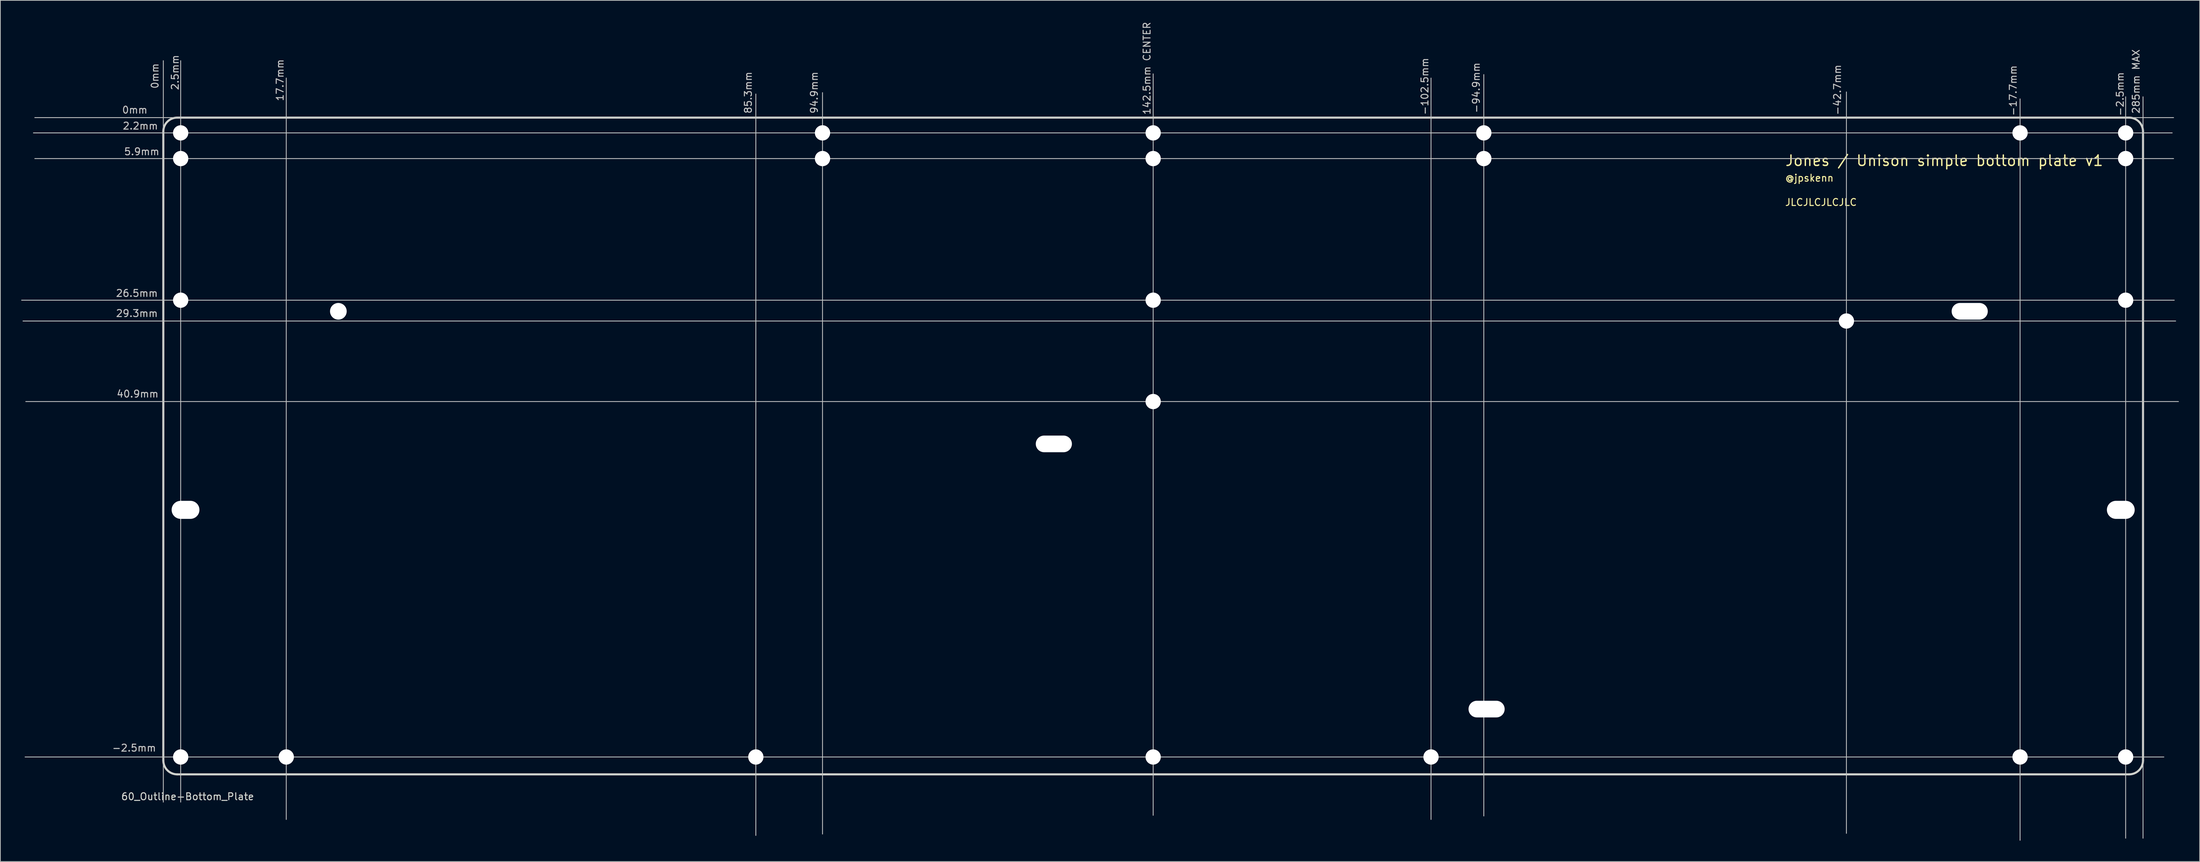
<source format=kicad_pcb>
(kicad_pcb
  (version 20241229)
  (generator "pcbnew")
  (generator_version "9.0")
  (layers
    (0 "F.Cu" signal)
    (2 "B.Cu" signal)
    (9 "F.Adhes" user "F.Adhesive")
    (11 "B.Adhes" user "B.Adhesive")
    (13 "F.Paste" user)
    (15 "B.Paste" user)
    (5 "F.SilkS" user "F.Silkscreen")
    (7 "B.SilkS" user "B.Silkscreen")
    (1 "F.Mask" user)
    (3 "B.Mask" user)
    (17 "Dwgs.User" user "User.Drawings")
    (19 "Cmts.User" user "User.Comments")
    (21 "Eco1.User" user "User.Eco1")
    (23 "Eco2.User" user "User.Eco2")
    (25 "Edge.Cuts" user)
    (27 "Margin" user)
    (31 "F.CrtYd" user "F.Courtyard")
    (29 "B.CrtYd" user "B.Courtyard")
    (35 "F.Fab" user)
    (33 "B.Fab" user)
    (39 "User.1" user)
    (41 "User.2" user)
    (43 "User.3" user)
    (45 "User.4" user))
  (footprint "60_Outline-Bottom_Plate"
    (layer "F.Cu")
    (at 162.96 61.192)
    (property "Reference" "60_Outline-Bottom_Plate" (at -139 50.5 0) (layer "Edge.Cuts") (effects (font (size 1 1) (thickness 0.15))))
    (attr through_hole)
    (fp_line (start -162.9 -21) (end 147 -21) (stroke (width 0.12) (type solid)) (layer "Dwgs.User"))
    (fp_line (start -162.7 -18) (end 147.2 -18) (stroke (width 0.12) (type solid)) (layer "Dwgs.User"))
    (fp_line (start -162.4 44.8) (end 145.5 44.8) (stroke (width 0.12) (type solid)) (layer "Dwgs.User"))
    (fp_line (start -162.3 -6.4) (end 147.6 -6.4) (stroke (width 0.12) (type solid)) (layer "Dwgs.User"))
    (fp_line (start -161.2 -45.1) (end 146.7 -45.1) (stroke (width 0.12) (type solid)) (layer "Dwgs.User"))
    (fp_line (start -161 -47.3) (end 146.9 -47.3) (stroke (width 0.12) (type solid)) (layer "Dwgs.User"))
    (fp_line (start -161 -41.4) (end 146.9 -41.4) (stroke (width 0.12) (type solid)) (layer "Dwgs.User"))
    (fp_line (start -142.5 -55.5) (end -142.5 51.3) (stroke (width 0.12) (type solid)) (layer "Dwgs.User"))
    (fp_line (start -140 -55.5) (end -140 51.3) (stroke (width 0.12) (type solid)) (layer "Dwgs.User"))
    (fp_line (start -124.8 -53) (end -124.8 53.8) (stroke (width 0.12) (type solid)) (layer "Dwgs.User"))
    (fp_line (start -57.2 -50.7) (end -57.2 56.1) (stroke (width 0.12) (type solid)) (layer "Dwgs.User"))
    (fp_line (start -47.6 -50.9) (end -47.6 55.9) (stroke (width 0.12) (type solid)) (layer "Dwgs.User"))
    (fp_line (start 0 -53.6) (end 0 53.2) (stroke (width 0.12) (type solid)) (layer "Dwgs.User"))
    (fp_line (start 40 -53) (end 40 53.8) (stroke (width 0.12) (type solid)) (layer "Dwgs.User"))
    (fp_line (start 47.6 -53.5) (end 47.6 53.3) (stroke (width 0.12) (type solid)) (layer "Dwgs.User"))
    (fp_line (start 99.8 -51) (end 99.8 55.8) (stroke (width 0.12) (type solid)) (layer "Dwgs.User"))
    (fp_line (start 124.8 -50) (end 124.8 56.8) (stroke (width 0.12) (type solid)) (layer "Dwgs.User"))
    (fp_line (start 140 -50.3) (end 140 56.5) (stroke (width 0.12) (type solid)) (layer "Dwgs.User"))
    (fp_line (start 142.5 -50.3) (end 142.5 56.5) (stroke (width 0.12) (type solid)) (layer "Dwgs.User"))
    (fp_line (start -142.1 10.6) (end -138.7 10.6) (stroke (width 0.3) (type solid)) (layer "Eco1.User"))
    (fp_line (start -138.7 7.8) (end -142.1 7.8) (stroke (width 0.3) (type solid)) (layer "Eco1.User"))
    (fp_line (start 138.7 7.8) (end 142.1 7.8) (stroke (width 0.3) (type solid)) (layer "Eco1.User"))
    (fp_line (start 138.7 10.6) (end 142.1 10.6) (stroke (width 0.3) (type solid)) (layer "Eco1.User"))
    (fp_arc (start -142.5 11) (mid -142.382843 10.717157) (end -142.1 10.6) (stroke (width 0.3) (type solid)) (layer "Eco1.User"))
    (fp_arc (start -142.1 7.8) (mid -142.382843 7.682843) (end -142.5 7.4) (stroke (width 0.3) (type solid)) (layer "Eco1.User"))
    (fp_arc (start -138.7 7.8) (mid -137.710051 8.210051) (end -137.3 9.2) (stroke (width 0.3) (type solid)) (layer "Eco1.User"))
    (fp_arc (start -137.3 9.2) (mid -137.710051 10.189949) (end -138.7 10.6) (stroke (width 0.3) (type solid)) (layer "Eco1.User"))
    (fp_arc (start 137.3 9.2) (mid 137.710051 8.210051) (end 138.7 7.8) (stroke (width 0.3) (type solid)) (layer "Eco1.User"))
    (fp_arc (start 138.7 10.6) (mid 137.710051 10.189949) (end 137.3 9.2) (stroke (width 0.3) (type solid)) (layer "Eco1.User"))
    (fp_arc (start 142.1 10.6) (mid 142.382843 10.717157) (end 142.5 11) (stroke (width 0.3) (type solid)) (layer "Eco1.User"))
    (fp_arc (start 142.5 7.4) (mid 142.382843 7.682843) (end 142.1 7.8) (stroke (width 0.3) (type solid)) (layer "Eco1.User"))
    (fp_line (start -142.5 45.3) (end -142.5 -45.3) (stroke (width 0.3) (type solid)) (layer "Edge.Cuts"))
    (fp_line (start 140.5 -47.3) (end -140.5 -47.3) (stroke (width 0.3) (type solid)) (layer "Edge.Cuts"))
    (fp_line (start 140.5 47.3) (end -140.5 47.3) (stroke (width 0.3) (type solid)) (layer "Edge.Cuts"))
    (fp_line (start 142.5 45.3) (end 142.5 -45.3) (stroke (width 0.3) (type solid)) (layer "Edge.Cuts"))
    (fp_arc (start -142.5 -45.3) (mid -141.914214 -46.714214) (end -140.5 -47.3) (stroke (width 0.3) (type solid)) (layer "Edge.Cuts"))
    (fp_arc (start -140.5 47.3) (mid -141.914214 46.714214) (end -142.5 45.3) (stroke (width 0.3) (type solid)) (layer "Edge.Cuts"))
    (fp_arc (start 140.5 -47.3) (mid 141.914214 -46.714214) (end 142.5 -45.3) (stroke (width 0.3) (type solid)) (layer "Edge.Cuts"))
    (fp_arc (start 142.5 45.3) (mid 141.914214 46.714214) (end 140.5 47.3) (stroke (width 0.3) (type solid)) (layer "Edge.Cuts"))
    (fp_text user "@jpskenn" (at 90.9 -38.6 0) (layer "F.SilkS") (effects (font (size 1 1) (thickness 0.15)) (justify left)))
    (fp_text user "Jones / Unison simple bottom plate v1" (at 90.9 -41.1 0) (layer "F.SilkS") (effects (font (size 1.5 1.5) (thickness 0.2)) (justify left)))
    (fp_text user "JLCJLCJLCJLC" (at 90.9 -35.1 0) (layer "F.SilkS") (effects (font (size 1 1) (thickness 0.15)) (justify left)))
    (fp_text user "-42.7mm" (at 98.5 -51.3 90) (layer "Dwgs.User") (effects (font (size 1 1) (thickness 0.15))))
    (fp_text user "2.5mm" (at -140.8 -53.8 90) (layer "Dwgs.User") (effects (font (size 1 1) (thickness 0.15))))
    (fp_text user "-94.9mm" (at 46.5 -51.6 90) (layer "Dwgs.User") (effects (font (size 1 1) (thickness 0.15))))
    (fp_text user "0mm" (at -143.7 -53.3 90) (layer "Dwgs.User") (effects (font (size 1 1) (thickness 0.15))))
    (fp_text user "-17.7mm" (at 123.8 -51.2 90) (layer "Dwgs.User") (effects (font (size 1 1) (thickness 0.15))))
    (fp_text user "29.3mm" (at -146.3 -19.1 0) (layer "Dwgs.User") (effects (font (size 1 1) (thickness 0.15))))
    (fp_text user "-2.5mm" (at 139.2 -50.7 90) (layer "Dwgs.User") (effects (font (size 1 1) (thickness 0.15))))
    (fp_text user "2.2mm" (at -145.8 -46.1 0) (layer "Dwgs.User") (effects (font (size 1 1) (thickness 0.15))))
    (fp_text user "-102.5mm" (at 39.1 -51.8 90) (layer "Dwgs.User") (effects (font (size 1 1) (thickness 0.15))))
    (fp_text user "40.9mm" (at -146.2 -7.5 0) (layer "Dwgs.User") (effects (font (size 1 1) (thickness 0.15))))
    (fp_text user "17.7mm" (at -125.7 -52.7 90) (layer "Dwgs.User") (effects (font (size 1 1) (thickness 0.15))))
    (fp_text user "-2.5mm" (at -146.7 43.5 0) (layer "Dwgs.User") (effects (font (size 1 1) (thickness 0.15))))
    (fp_text user "285mm MAX" (at 141.5 -52.5 90) (layer "Dwgs.User") (effects (font (size 1 1) (thickness 0.15))))
    (fp_text user "0mm" (at -146.6 -48.4 0) (layer "Dwgs.User") (effects (font (size 1 1) (thickness 0.15))))
    (fp_text user "94.9mm" (at -48.8 -50.9 90) (layer "Dwgs.User") (effects (font (size 1 1) (thickness 0.15))))
    (fp_text user "5.9mm" (at -145.6 -42.4 0) (layer "Dwgs.User") (effects (font (size 1 1) (thickness 0.15))))
    (fp_text user "26.5mm" (at -146.3 -22 0) (layer "Dwgs.User") (effects (font (size 1 1) (thickness 0.15))))
    (fp_text user "85.3mm" (at -58.3 -50.9 90) (layer "Dwgs.User") (effects (font (size 1 1) (thickness 0.15))))
    (fp_text user "142.5mm CENTER" (at -0.9 -54.4 90) (layer "Dwgs.User") (effects (font (size 1 1) (thickness 0.15))))
    (pad "" np_thru_hole circle (at -140 -45.1) (size 2.2 2.2) (drill 2.2) (layers "*.Cu" "*.Mask"))
    (pad "" np_thru_hole circle (at -140 -41.4) (size 2.2 2.2) (drill 2.2) (layers "*.Cu" "*.Mask"))
    (pad "" np_thru_hole circle (at -140 -21) (size 2.2 2.2) (drill 2.2) (layers "*.Cu" "*.Mask"))
    (pad "" np_thru_hole circle (at -140 44.8) (size 2.2 2.2) (drill 2.2) (layers "*.Cu" "*.Mask"))
    (pad "" np_thru_hole oval (at -139.3 9.2) (size 4 2.6) (drill oval 4 2.6) (layers "*.Cu" "*.Mask"))
    (pad "" np_thru_hole circle (at -124.8 44.8) (size 2.2 2.2) (drill 2.2) (layers "*.Cu" "*.Mask"))
    (pad "" np_thru_hole circle (at -117.3 -19.4) (size 2.4 2.4) (drill 2.4) (layers "*.Cu" "*.Mask"))
    (pad "" np_thru_hole circle (at -57.2 44.8) (size 2.2 2.2) (drill 2.2) (layers "*.Cu" "*.Mask"))
    (pad "" np_thru_hole circle (at -47.6 -45.1) (size 2.2 2.2) (drill 2.2) (layers "*.Cu" "*.Mask"))
    (pad "" np_thru_hole circle (at -47.6 -41.4) (size 2.2 2.2) (drill 2.2) (layers "*.Cu" "*.Mask"))
    (pad "" np_thru_hole oval (at -14.3 -0.3) (size 5.2 2.4) (drill oval 5.2 2.4) (layers "*.Cu" "*.Mask"))
    (pad "" np_thru_hole circle (at 0 -45.1) (size 2.2 2.2) (drill 2.2) (layers "*.Cu" "*.Mask"))
    (pad "" np_thru_hole circle (at 0 -41.4) (size 2.2 2.2) (drill 2.2) (layers "*.Cu" "*.Mask"))
    (pad "" np_thru_hole circle (at 0 -21) (size 2.2 2.2) (drill 2.2) (layers "*.Cu" "*.Mask"))
    (pad "" np_thru_hole circle (at 0 -6.4) (size 2.2 2.2) (drill 2.2) (layers "*.Cu" "*.Mask"))
    (pad "" np_thru_hole circle (at 0 44.8) (size 2.2 2.2) (drill 2.2) (layers "*.Cu" "*.Mask"))
    (pad "" np_thru_hole circle (at 40 44.8) (size 2.2 2.2) (drill 2.2) (layers "*.Cu" "*.Mask"))
    (pad "" np_thru_hole circle (at 47.6 -45.1) (size 2.2 2.2) (drill 2.2) (layers "*.Cu" "*.Mask"))
    (pad "" np_thru_hole circle (at 47.6 -41.4) (size 2.2 2.2) (drill 2.2) (layers "*.Cu" "*.Mask"))
    (pad "" np_thru_hole oval (at 48 37.9) (size 5.2 2.4) (drill oval 5.2 2.4) (layers "*.Cu" "*.Mask"))
    (pad "" np_thru_hole circle (at 99.8 -18) (size 2.2 2.2) (drill 2.2) (layers "*.Cu" "*.Mask"))
    (pad "" np_thru_hole oval (at 117.55 -19.4) (size 5.2 2.4) (drill oval 5.2 2.4) (layers "*.Cu" "*.Mask"))
    (pad "" np_thru_hole circle (at 124.8 -45.1) (size 2.2 2.2) (drill 2.2) (layers "*.Cu" "*.Mask"))
    (pad "" np_thru_hole circle (at 124.8 44.8) (size 2.2 2.2) (drill 2.2) (layers "*.Cu" "*.Mask"))
    (pad "" np_thru_hole oval (at 139.3 9.2) (size 4 2.6) (drill oval 4 2.6) (layers "*.Cu" "*.Mask"))
    (pad "" np_thru_hole circle (at 140 -45.1) (size 2.2 2.2) (drill 2.2) (layers "*.Cu" "*.Mask"))
    (pad "" np_thru_hole circle (at 140 -41.4) (size 2.2 2.2) (drill 2.2) (layers "*.Cu" "*.Mask"))
    (pad "" np_thru_hole circle (at 140 -21) (size 2.2 2.2) (drill 2.2) (layers "*.Cu" "*.Mask"))
    (pad "" np_thru_hole circle (at 140 44.8) (size 2.2 2.2) (drill 2.2) (layers "*.Cu" "*.Mask")))
  (gr_rect
    (start -3 -3)
    (end 313.62 121.052)
    (stroke (width 0.1) (type default))
    (fill no)
    (layer "Edge.Cuts")))
</source>
